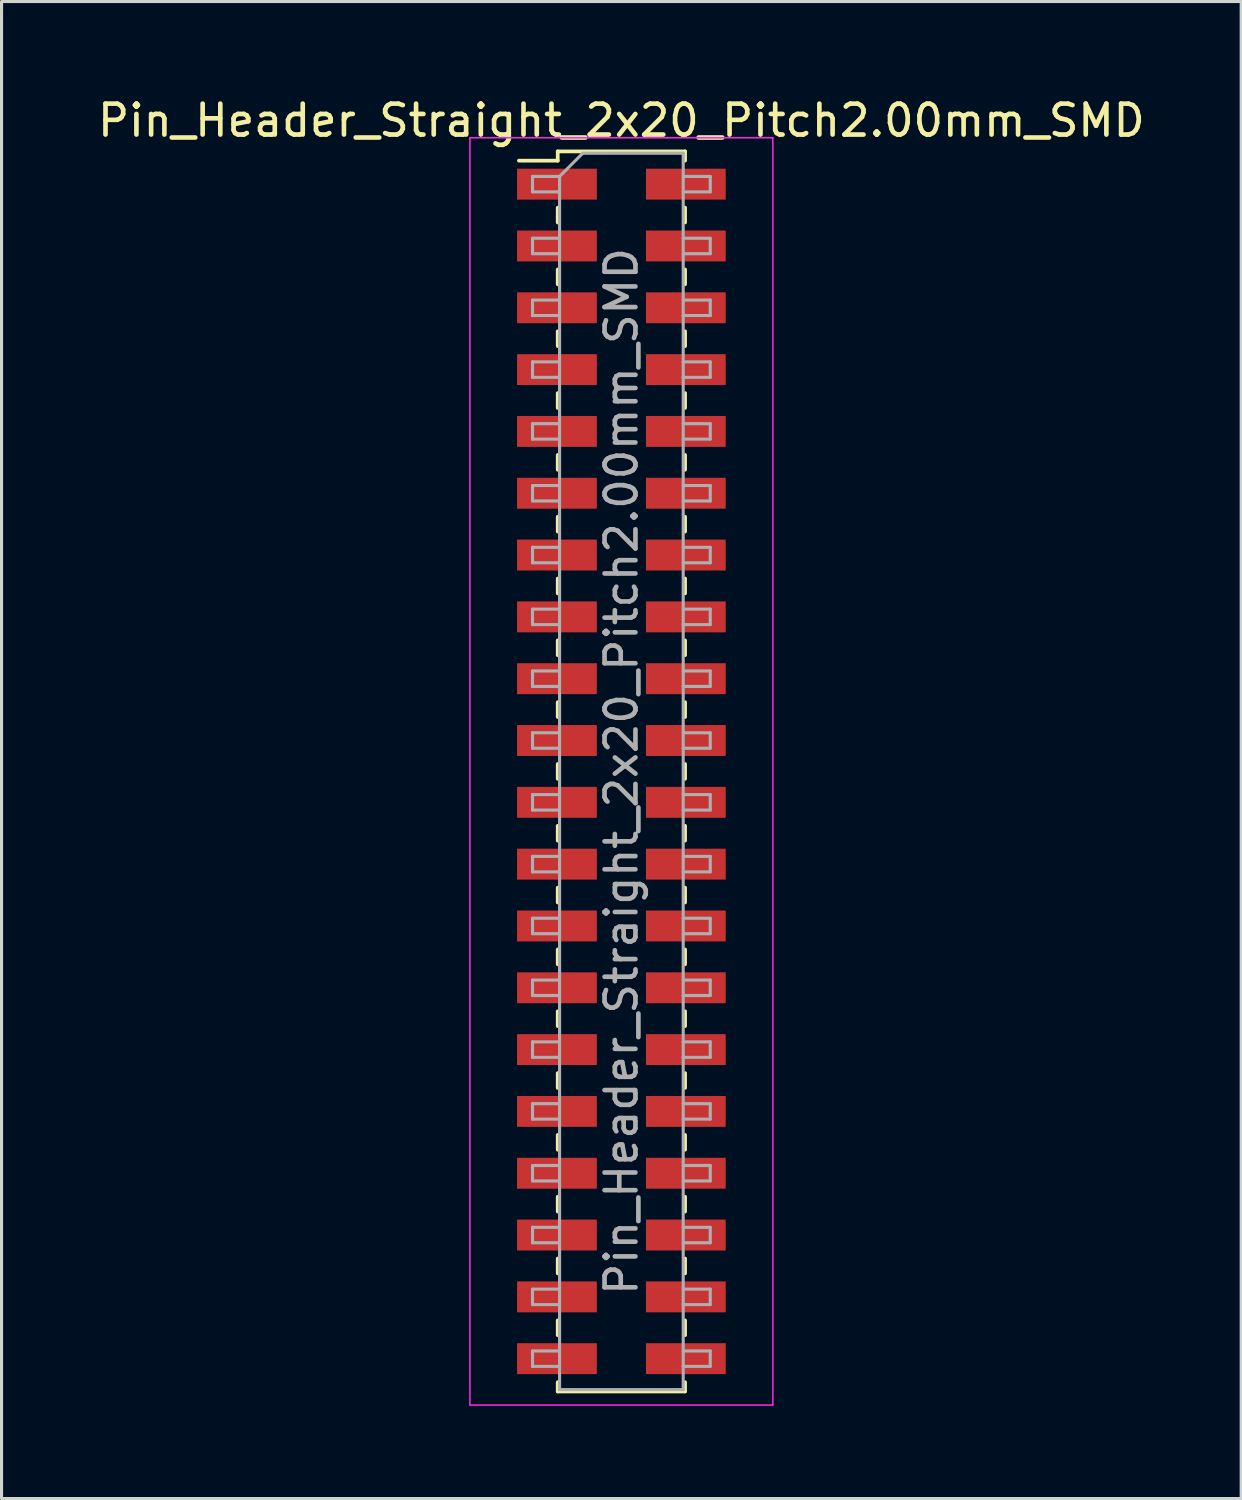
<source format=kicad_pcb>
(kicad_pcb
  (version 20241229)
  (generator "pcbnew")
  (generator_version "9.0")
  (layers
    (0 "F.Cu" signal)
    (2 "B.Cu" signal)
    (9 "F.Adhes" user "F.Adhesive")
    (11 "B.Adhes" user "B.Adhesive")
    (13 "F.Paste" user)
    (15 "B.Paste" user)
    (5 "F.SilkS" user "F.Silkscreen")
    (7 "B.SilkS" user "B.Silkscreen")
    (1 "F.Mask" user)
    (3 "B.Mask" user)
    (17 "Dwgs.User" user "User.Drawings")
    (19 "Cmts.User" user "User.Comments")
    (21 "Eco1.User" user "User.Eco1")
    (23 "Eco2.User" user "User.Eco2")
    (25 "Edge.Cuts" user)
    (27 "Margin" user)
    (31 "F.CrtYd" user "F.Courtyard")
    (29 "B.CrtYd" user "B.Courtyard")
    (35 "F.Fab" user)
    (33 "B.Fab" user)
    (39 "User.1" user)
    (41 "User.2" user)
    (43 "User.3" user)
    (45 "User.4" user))
  (footprint "Pin_Header_Straight_2x20_Pitch2.00mm_SMD"
    (layer "F.Cu")
    (at 17.054 21.908)
    (property "Reference" "Pin_Header_Straight_2x20_Pitch2.00mm_SMD" (at 0 -21.06 0) (layer "F.SilkS") (effects (font (size 1 1) (thickness 0.15))))
    (attr smd)
    (fp_line (start -3.315 -19.76) (end -2.06 -19.76) (stroke (width 0.12) (type solid)) (layer "F.SilkS"))
    (fp_line (start -2.06 -20.06) (end -2.06 -19.76) (stroke (width 0.12) (type solid)) (layer "F.SilkS"))
    (fp_line (start -2.06 -20.06) (end 2.06 -20.06) (stroke (width 0.12) (type solid)) (layer "F.SilkS"))
    (fp_line (start -2.06 -18.24) (end -2.06 -17.76) (stroke (width 0.12) (type solid)) (layer "F.SilkS"))
    (fp_line (start -2.06 -16.24) (end -2.06 -15.76) (stroke (width 0.12) (type solid)) (layer "F.SilkS"))
    (fp_line (start -2.06 -14.24) (end -2.06 -13.76) (stroke (width 0.12) (type solid)) (layer "F.SilkS"))
    (fp_line (start -2.06 -12.24) (end -2.06 -11.76) (stroke (width 0.12) (type solid)) (layer "F.SilkS"))
    (fp_line (start -2.06 -10.24) (end -2.06 -9.76) (stroke (width 0.12) (type solid)) (layer "F.SilkS"))
    (fp_line (start -2.06 -8.24) (end -2.06 -7.76) (stroke (width 0.12) (type solid)) (layer "F.SilkS"))
    (fp_line (start -2.06 -6.24) (end -2.06 -5.76) (stroke (width 0.12) (type solid)) (layer "F.SilkS"))
    (fp_line (start -2.06 -4.24) (end -2.06 -3.76) (stroke (width 0.12) (type solid)) (layer "F.SilkS"))
    (fp_line (start -2.06 -2.24) (end -2.06 -1.76) (stroke (width 0.12) (type solid)) (layer "F.SilkS"))
    (fp_line (start -2.06 -0.24) (end -2.06 0.24) (stroke (width 0.12) (type solid)) (layer "F.SilkS"))
    (fp_line (start -2.06 1.76) (end -2.06 2.24) (stroke (width 0.12) (type solid)) (layer "F.SilkS"))
    (fp_line (start -2.06 3.76) (end -2.06 4.24) (stroke (width 0.12) (type solid)) (layer "F.SilkS"))
    (fp_line (start -2.06 5.76) (end -2.06 6.24) (stroke (width 0.12) (type solid)) (layer "F.SilkS"))
    (fp_line (start -2.06 7.76) (end -2.06 8.24) (stroke (width 0.12) (type solid)) (layer "F.SilkS"))
    (fp_line (start -2.06 9.76) (end -2.06 10.24) (stroke (width 0.12) (type solid)) (layer "F.SilkS"))
    (fp_line (start -2.06 11.76) (end -2.06 12.24) (stroke (width 0.12) (type solid)) (layer "F.SilkS"))
    (fp_line (start -2.06 13.76) (end -2.06 14.24) (stroke (width 0.12) (type solid)) (layer "F.SilkS"))
    (fp_line (start -2.06 15.76) (end -2.06 16.24) (stroke (width 0.12) (type solid)) (layer "F.SilkS"))
    (fp_line (start -2.06 17.76) (end -2.06 18.24) (stroke (width 0.12) (type solid)) (layer "F.SilkS"))
    (fp_line (start -2.06 19.76) (end -2.06 20.06) (stroke (width 0.12) (type solid)) (layer "F.SilkS"))
    (fp_line (start -2.06 20.06) (end 2.06 20.06) (stroke (width 0.12) (type solid)) (layer "F.SilkS"))
    (fp_line (start 2.06 -20.06) (end 2.06 -19.76) (stroke (width 0.12) (type solid)) (layer "F.SilkS"))
    (fp_line (start 2.06 -18.24) (end 2.06 -17.76) (stroke (width 0.12) (type solid)) (layer "F.SilkS"))
    (fp_line (start 2.06 -16.24) (end 2.06 -15.76) (stroke (width 0.12) (type solid)) (layer "F.SilkS"))
    (fp_line (start 2.06 -14.24) (end 2.06 -13.76) (stroke (width 0.12) (type solid)) (layer "F.SilkS"))
    (fp_line (start 2.06 -12.24) (end 2.06 -11.76) (stroke (width 0.12) (type solid)) (layer "F.SilkS"))
    (fp_line (start 2.06 -10.24) (end 2.06 -9.76) (stroke (width 0.12) (type solid)) (layer "F.SilkS"))
    (fp_line (start 2.06 -8.24) (end 2.06 -7.76) (stroke (width 0.12) (type solid)) (layer "F.SilkS"))
    (fp_line (start 2.06 -6.24) (end 2.06 -5.76) (stroke (width 0.12) (type solid)) (layer "F.SilkS"))
    (fp_line (start 2.06 -4.24) (end 2.06 -3.76) (stroke (width 0.12) (type solid)) (layer "F.SilkS"))
    (fp_line (start 2.06 -2.24) (end 2.06 -1.76) (stroke (width 0.12) (type solid)) (layer "F.SilkS"))
    (fp_line (start 2.06 -0.24) (end 2.06 0.24) (stroke (width 0.12) (type solid)) (layer "F.SilkS"))
    (fp_line (start 2.06 1.76) (end 2.06 2.24) (stroke (width 0.12) (type solid)) (layer "F.SilkS"))
    (fp_line (start 2.06 3.76) (end 2.06 4.24) (stroke (width 0.12) (type solid)) (layer "F.SilkS"))
    (fp_line (start 2.06 5.76) (end 2.06 6.24) (stroke (width 0.12) (type solid)) (layer "F.SilkS"))
    (fp_line (start 2.06 7.76) (end 2.06 8.24) (stroke (width 0.12) (type solid)) (layer "F.SilkS"))
    (fp_line (start 2.06 9.76) (end 2.06 10.24) (stroke (width 0.12) (type solid)) (layer "F.SilkS"))
    (fp_line (start 2.06 11.76) (end 2.06 12.24) (stroke (width 0.12) (type solid)) (layer "F.SilkS"))
    (fp_line (start 2.06 13.76) (end 2.06 14.24) (stroke (width 0.12) (type solid)) (layer "F.SilkS"))
    (fp_line (start 2.06 15.76) (end 2.06 16.24) (stroke (width 0.12) (type solid)) (layer "F.SilkS"))
    (fp_line (start 2.06 17.76) (end 2.06 18.24) (stroke (width 0.12) (type solid)) (layer "F.SilkS"))
    (fp_line (start 2.06 19.76) (end 2.06 20.06) (stroke (width 0.12) (type solid)) (layer "F.SilkS"))
    (fp_line (start -4.9 -20.5) (end -4.9 20.5) (stroke (width 0.05) (type solid)) (layer "F.CrtYd"))
    (fp_line (start -4.9 20.5) (end 4.9 20.5) (stroke (width 0.05) (type solid)) (layer "F.CrtYd"))
    (fp_line (start 4.9 -20.5) (end -4.9 -20.5) (stroke (width 0.05) (type solid)) (layer "F.CrtYd"))
    (fp_line (start 4.9 20.5) (end 4.9 -20.5) (stroke (width 0.05) (type solid)) (layer "F.CrtYd"))
    (fp_line (start -2.875 -19.25) (end -2.875 -18.75) (stroke (width 0.1) (type solid)) (layer "F.Fab"))
    (fp_line (start -2.875 -18.75) (end -2 -18.75) (stroke (width 0.1) (type solid)) (layer "F.Fab"))
    (fp_line (start -2.875 -17.25) (end -2.875 -16.75) (stroke (width 0.1) (type solid)) (layer "F.Fab"))
    (fp_line (start -2.875 -16.75) (end -2 -16.75) (stroke (width 0.1) (type solid)) (layer "F.Fab"))
    (fp_line (start -2.875 -15.25) (end -2.875 -14.75) (stroke (width 0.1) (type solid)) (layer "F.Fab"))
    (fp_line (start -2.875 -14.75) (end -2 -14.75) (stroke (width 0.1) (type solid)) (layer "F.Fab"))
    (fp_line (start -2.875 -13.25) (end -2.875 -12.75) (stroke (width 0.1) (type solid)) (layer "F.Fab"))
    (fp_line (start -2.875 -12.75) (end -2 -12.75) (stroke (width 0.1) (type solid)) (layer "F.Fab"))
    (fp_line (start -2.875 -11.25) (end -2.875 -10.75) (stroke (width 0.1) (type solid)) (layer "F.Fab"))
    (fp_line (start -2.875 -10.75) (end -2 -10.75) (stroke (width 0.1) (type solid)) (layer "F.Fab"))
    (fp_line (start -2.875 -9.25) (end -2.875 -8.75) (stroke (width 0.1) (type solid)) (layer "F.Fab"))
    (fp_line (start -2.875 -8.75) (end -2 -8.75) (stroke (width 0.1) (type solid)) (layer "F.Fab"))
    (fp_line (start -2.875 -7.25) (end -2.875 -6.75) (stroke (width 0.1) (type solid)) (layer "F.Fab"))
    (fp_line (start -2.875 -6.75) (end -2 -6.75) (stroke (width 0.1) (type solid)) (layer "F.Fab"))
    (fp_line (start -2.875 -5.25) (end -2.875 -4.75) (stroke (width 0.1) (type solid)) (layer "F.Fab"))
    (fp_line (start -2.875 -4.75) (end -2 -4.75) (stroke (width 0.1) (type solid)) (layer "F.Fab"))
    (fp_line (start -2.875 -3.25) (end -2.875 -2.75) (stroke (width 0.1) (type solid)) (layer "F.Fab"))
    (fp_line (start -2.875 -2.75) (end -2 -2.75) (stroke (width 0.1) (type solid)) (layer "F.Fab"))
    (fp_line (start -2.875 -1.25) (end -2.875 -0.75) (stroke (width 0.1) (type solid)) (layer "F.Fab"))
    (fp_line (start -2.875 -0.75) (end -2 -0.75) (stroke (width 0.1) (type solid)) (layer "F.Fab"))
    (fp_line (start -2.875 0.75) (end -2.875 1.25) (stroke (width 0.1) (type solid)) (layer "F.Fab"))
    (fp_line (start -2.875 1.25) (end -2 1.25) (stroke (width 0.1) (type solid)) (layer "F.Fab"))
    (fp_line (start -2.875 2.75) (end -2.875 3.25) (stroke (width 0.1) (type solid)) (layer "F.Fab"))
    (fp_line (start -2.875 3.25) (end -2 3.25) (stroke (width 0.1) (type solid)) (layer "F.Fab"))
    (fp_line (start -2.875 4.75) (end -2.875 5.25) (stroke (width 0.1) (type solid)) (layer "F.Fab"))
    (fp_line (start -2.875 5.25) (end -2 5.25) (stroke (width 0.1) (type solid)) (layer "F.Fab"))
    (fp_line (start -2.875 6.75) (end -2.875 7.25) (stroke (width 0.1) (type solid)) (layer "F.Fab"))
    (fp_line (start -2.875 7.25) (end -2 7.25) (stroke (width 0.1) (type solid)) (layer "F.Fab"))
    (fp_line (start -2.875 8.75) (end -2.875 9.25) (stroke (width 0.1) (type solid)) (layer "F.Fab"))
    (fp_line (start -2.875 9.25) (end -2 9.25) (stroke (width 0.1) (type solid)) (layer "F.Fab"))
    (fp_line (start -2.875 10.75) (end -2.875 11.25) (stroke (width 0.1) (type solid)) (layer "F.Fab"))
    (fp_line (start -2.875 11.25) (end -2 11.25) (stroke (width 0.1) (type solid)) (layer "F.Fab"))
    (fp_line (start -2.875 12.75) (end -2.875 13.25) (stroke (width 0.1) (type solid)) (layer "F.Fab"))
    (fp_line (start -2.875 13.25) (end -2 13.25) (stroke (width 0.1) (type solid)) (layer "F.Fab"))
    (fp_line (start -2.875 14.75) (end -2.875 15.25) (stroke (width 0.1) (type solid)) (layer "F.Fab"))
    (fp_line (start -2.875 15.25) (end -2 15.25) (stroke (width 0.1) (type solid)) (layer "F.Fab"))
    (fp_line (start -2.875 16.75) (end -2.875 17.25) (stroke (width 0.1) (type solid)) (layer "F.Fab"))
    (fp_line (start -2.875 17.25) (end -2 17.25) (stroke (width 0.1) (type solid)) (layer "F.Fab"))
    (fp_line (start -2.875 18.75) (end -2.875 19.25) (stroke (width 0.1) (type solid)) (layer "F.Fab"))
    (fp_line (start -2.875 19.25) (end -2 19.25) (stroke (width 0.1) (type solid)) (layer "F.Fab"))
    (fp_line (start -2 -19.25) (end -2.875 -19.25) (stroke (width 0.1) (type solid)) (layer "F.Fab"))
    (fp_line (start -2 -19.25) (end -1.25 -20) (stroke (width 0.1) (type solid)) (layer "F.Fab"))
    (fp_line (start -2 -17.25) (end -2.875 -17.25) (stroke (width 0.1) (type solid)) (layer "F.Fab"))
    (fp_line (start -2 -15.25) (end -2.875 -15.25) (stroke (width 0.1) (type solid)) (layer "F.Fab"))
    (fp_line (start -2 -13.25) (end -2.875 -13.25) (stroke (width 0.1) (type solid)) (layer "F.Fab"))
    (fp_line (start -2 -11.25) (end -2.875 -11.25) (stroke (width 0.1) (type solid)) (layer "F.Fab"))
    (fp_line (start -2 -9.25) (end -2.875 -9.25) (stroke (width 0.1) (type solid)) (layer "F.Fab"))
    (fp_line (start -2 -7.25) (end -2.875 -7.25) (stroke (width 0.1) (type solid)) (layer "F.Fab"))
    (fp_line (start -2 -5.25) (end -2.875 -5.25) (stroke (width 0.1) (type solid)) (layer "F.Fab"))
    (fp_line (start -2 -3.25) (end -2.875 -3.25) (stroke (width 0.1) (type solid)) (layer "F.Fab"))
    (fp_line (start -2 -1.25) (end -2.875 -1.25) (stroke (width 0.1) (type solid)) (layer "F.Fab"))
    (fp_line (start -2 0.75) (end -2.875 0.75) (stroke (width 0.1) (type solid)) (layer "F.Fab"))
    (fp_line (start -2 2.75) (end -2.875 2.75) (stroke (width 0.1) (type solid)) (layer "F.Fab"))
    (fp_line (start -2 4.75) (end -2.875 4.75) (stroke (width 0.1) (type solid)) (layer "F.Fab"))
    (fp_line (start -2 6.75) (end -2.875 6.75) (stroke (width 0.1) (type solid)) (layer "F.Fab"))
    (fp_line (start -2 8.75) (end -2.875 8.75) (stroke (width 0.1) (type solid)) (layer "F.Fab"))
    (fp_line (start -2 10.75) (end -2.875 10.75) (stroke (width 0.1) (type solid)) (layer "F.Fab"))
    (fp_line (start -2 12.75) (end -2.875 12.75) (stroke (width 0.1) (type solid)) (layer "F.Fab"))
    (fp_line (start -2 14.75) (end -2.875 14.75) (stroke (width 0.1) (type solid)) (layer "F.Fab"))
    (fp_line (start -2 16.75) (end -2.875 16.75) (stroke (width 0.1) (type solid)) (layer "F.Fab"))
    (fp_line (start -2 18.75) (end -2.875 18.75) (stroke (width 0.1) (type solid)) (layer "F.Fab"))
    (fp_line (start -2 20) (end -2 -19.25) (stroke (width 0.1) (type solid)) (layer "F.Fab"))
    (fp_line (start -1.25 -20) (end 2 -20) (stroke (width 0.1) (type solid)) (layer "F.Fab"))
    (fp_line (start 2 -20) (end 2 20) (stroke (width 0.1) (type solid)) (layer "F.Fab"))
    (fp_line (start 2 -19.25) (end 2.875 -19.25) (stroke (width 0.1) (type solid)) (layer "F.Fab"))
    (fp_line (start 2 -17.25) (end 2.875 -17.25) (stroke (width 0.1) (type solid)) (layer "F.Fab"))
    (fp_line (start 2 -15.25) (end 2.875 -15.25) (stroke (width 0.1) (type solid)) (layer "F.Fab"))
    (fp_line (start 2 -13.25) (end 2.875 -13.25) (stroke (width 0.1) (type solid)) (layer "F.Fab"))
    (fp_line (start 2 -11.25) (end 2.875 -11.25) (stroke (width 0.1) (type solid)) (layer "F.Fab"))
    (fp_line (start 2 -9.25) (end 2.875 -9.25) (stroke (width 0.1) (type solid)) (layer "F.Fab"))
    (fp_line (start 2 -7.25) (end 2.875 -7.25) (stroke (width 0.1) (type solid)) (layer "F.Fab"))
    (fp_line (start 2 -5.25) (end 2.875 -5.25) (stroke (width 0.1) (type solid)) (layer "F.Fab"))
    (fp_line (start 2 -3.25) (end 2.875 -3.25) (stroke (width 0.1) (type solid)) (layer "F.Fab"))
    (fp_line (start 2 -1.25) (end 2.875 -1.25) (stroke (width 0.1) (type solid)) (layer "F.Fab"))
    (fp_line (start 2 0.75) (end 2.875 0.75) (stroke (width 0.1) (type solid)) (layer "F.Fab"))
    (fp_line (start 2 2.75) (end 2.875 2.75) (stroke (width 0.1) (type solid)) (layer "F.Fab"))
    (fp_line (start 2 4.75) (end 2.875 4.75) (stroke (width 0.1) (type solid)) (layer "F.Fab"))
    (fp_line (start 2 6.75) (end 2.875 6.75) (stroke (width 0.1) (type solid)) (layer "F.Fab"))
    (fp_line (start 2 8.75) (end 2.875 8.75) (stroke (width 0.1) (type solid)) (layer "F.Fab"))
    (fp_line (start 2 10.75) (end 2.875 10.75) (stroke (width 0.1) (type solid)) (layer "F.Fab"))
    (fp_line (start 2 12.75) (end 2.875 12.75) (stroke (width 0.1) (type solid)) (layer "F.Fab"))
    (fp_line (start 2 14.75) (end 2.875 14.75) (stroke (width 0.1) (type solid)) (layer "F.Fab"))
    (fp_line (start 2 16.75) (end 2.875 16.75) (stroke (width 0.1) (type solid)) (layer "F.Fab"))
    (fp_line (start 2 18.75) (end 2.875 18.75) (stroke (width 0.1) (type solid)) (layer "F.Fab"))
    (fp_line (start 2 20) (end -2 20) (stroke (width 0.1) (type solid)) (layer "F.Fab"))
    (fp_line (start 2.875 -19.25) (end 2.875 -18.75) (stroke (width 0.1) (type solid)) (layer "F.Fab"))
    (fp_line (start 2.875 -18.75) (end 2 -18.75) (stroke (width 0.1) (type solid)) (layer "F.Fab"))
    (fp_line (start 2.875 -17.25) (end 2.875 -16.75) (stroke (width 0.1) (type solid)) (layer "F.Fab"))
    (fp_line (start 2.875 -16.75) (end 2 -16.75) (stroke (width 0.1) (type solid)) (layer "F.Fab"))
    (fp_line (start 2.875 -15.25) (end 2.875 -14.75) (stroke (width 0.1) (type solid)) (layer "F.Fab"))
    (fp_line (start 2.875 -14.75) (end 2 -14.75) (stroke (width 0.1) (type solid)) (layer "F.Fab"))
    (fp_line (start 2.875 -13.25) (end 2.875 -12.75) (stroke (width 0.1) (type solid)) (layer "F.Fab"))
    (fp_line (start 2.875 -12.75) (end 2 -12.75) (stroke (width 0.1) (type solid)) (layer "F.Fab"))
    (fp_line (start 2.875 -11.25) (end 2.875 -10.75) (stroke (width 0.1) (type solid)) (layer "F.Fab"))
    (fp_line (start 2.875 -10.75) (end 2 -10.75) (stroke (width 0.1) (type solid)) (layer "F.Fab"))
    (fp_line (start 2.875 -9.25) (end 2.875 -8.75) (stroke (width 0.1) (type solid)) (layer "F.Fab"))
    (fp_line (start 2.875 -8.75) (end 2 -8.75) (stroke (width 0.1) (type solid)) (layer "F.Fab"))
    (fp_line (start 2.875 -7.25) (end 2.875 -6.75) (stroke (width 0.1) (type solid)) (layer "F.Fab"))
    (fp_line (start 2.875 -6.75) (end 2 -6.75) (stroke (width 0.1) (type solid)) (layer "F.Fab"))
    (fp_line (start 2.875 -5.25) (end 2.875 -4.75) (stroke (width 0.1) (type solid)) (layer "F.Fab"))
    (fp_line (start 2.875 -4.75) (end 2 -4.75) (stroke (width 0.1) (type solid)) (layer "F.Fab"))
    (fp_line (start 2.875 -3.25) (end 2.875 -2.75) (stroke (width 0.1) (type solid)) (layer "F.Fab"))
    (fp_line (start 2.875 -2.75) (end 2 -2.75) (stroke (width 0.1) (type solid)) (layer "F.Fab"))
    (fp_line (start 2.875 -1.25) (end 2.875 -0.75) (stroke (width 0.1) (type solid)) (layer "F.Fab"))
    (fp_line (start 2.875 -0.75) (end 2 -0.75) (stroke (width 0.1) (type solid)) (layer "F.Fab"))
    (fp_line (start 2.875 0.75) (end 2.875 1.25) (stroke (width 0.1) (type solid)) (layer "F.Fab"))
    (fp_line (start 2.875 1.25) (end 2 1.25) (stroke (width 0.1) (type solid)) (layer "F.Fab"))
    (fp_line (start 2.875 2.75) (end 2.875 3.25) (stroke (width 0.1) (type solid)) (layer "F.Fab"))
    (fp_line (start 2.875 3.25) (end 2 3.25) (stroke (width 0.1) (type solid)) (layer "F.Fab"))
    (fp_line (start 2.875 4.75) (end 2.875 5.25) (stroke (width 0.1) (type solid)) (layer "F.Fab"))
    (fp_line (start 2.875 5.25) (end 2 5.25) (stroke (width 0.1) (type solid)) (layer "F.Fab"))
    (fp_line (start 2.875 6.75) (end 2.875 7.25) (stroke (width 0.1) (type solid)) (layer "F.Fab"))
    (fp_line (start 2.875 7.25) (end 2 7.25) (stroke (width 0.1) (type solid)) (layer "F.Fab"))
    (fp_line (start 2.875 8.75) (end 2.875 9.25) (stroke (width 0.1) (type solid)) (layer "F.Fab"))
    (fp_line (start 2.875 9.25) (end 2 9.25) (stroke (width 0.1) (type solid)) (layer "F.Fab"))
    (fp_line (start 2.875 10.75) (end 2.875 11.25) (stroke (width 0.1) (type solid)) (layer "F.Fab"))
    (fp_line (start 2.875 11.25) (end 2 11.25) (stroke (width 0.1) (type solid)) (layer "F.Fab"))
    (fp_line (start 2.875 12.75) (end 2.875 13.25) (stroke (width 0.1) (type solid)) (layer "F.Fab"))
    (fp_line (start 2.875 13.25) (end 2 13.25) (stroke (width 0.1) (type solid)) (layer "F.Fab"))
    (fp_line (start 2.875 14.75) (end 2.875 15.25) (stroke (width 0.1) (type solid)) (layer "F.Fab"))
    (fp_line (start 2.875 15.25) (end 2 15.25) (stroke (width 0.1) (type solid)) (layer "F.Fab"))
    (fp_line (start 2.875 16.75) (end 2.875 17.25) (stroke (width 0.1) (type solid)) (layer "F.Fab"))
    (fp_line (start 2.875 17.25) (end 2 17.25) (stroke (width 0.1) (type solid)) (layer "F.Fab"))
    (fp_line (start 2.875 18.75) (end 2.875 19.25) (stroke (width 0.1) (type solid)) (layer "F.Fab"))
    (fp_line (start 2.875 19.25) (end 2 19.25) (stroke (width 0.1) (type solid)) (layer "F.Fab"))
    (fp_text user "${REFERENCE}" (at 0 0 90) (layer "F.Fab") (effects (font (size 1 1) (thickness 0.15))))
    (pad "1" smd rect (at -2.085 -19) (size 2.58 1) (layers "F.Cu" "F.Mask" "F.Paste"))
    (pad "2" smd rect (at 2.085 -19) (size 2.58 1) (layers "F.Cu" "F.Mask" "F.Paste"))
    (pad "3" smd rect (at -2.085 -17) (size 2.58 1) (layers "F.Cu" "F.Mask" "F.Paste"))
    (pad "4" smd rect (at 2.085 -17) (size 2.58 1) (layers "F.Cu" "F.Mask" "F.Paste"))
    (pad "5" smd rect (at -2.085 -15) (size 2.58 1) (layers "F.Cu" "F.Mask" "F.Paste"))
    (pad "6" smd rect (at 2.085 -15) (size 2.58 1) (layers "F.Cu" "F.Mask" "F.Paste"))
    (pad "7" smd rect (at -2.085 -13) (size 2.58 1) (layers "F.Cu" "F.Mask" "F.Paste"))
    (pad "8" smd rect (at 2.085 -13) (size 2.58 1) (layers "F.Cu" "F.Mask" "F.Paste"))
    (pad "9" smd rect (at -2.085 -11) (size 2.58 1) (layers "F.Cu" "F.Mask" "F.Paste"))
    (pad "10" smd rect (at 2.085 -11) (size 2.58 1) (layers "F.Cu" "F.Mask" "F.Paste"))
    (pad "11" smd rect (at -2.085 -9) (size 2.58 1) (layers "F.Cu" "F.Mask" "F.Paste"))
    (pad "12" smd rect (at 2.085 -9) (size 2.58 1) (layers "F.Cu" "F.Mask" "F.Paste"))
    (pad "13" smd rect (at -2.085 -7) (size 2.58 1) (layers "F.Cu" "F.Mask" "F.Paste"))
    (pad "14" smd rect (at 2.085 -7) (size 2.58 1) (layers "F.Cu" "F.Mask" "F.Paste"))
    (pad "15" smd rect (at -2.085 -5) (size 2.58 1) (layers "F.Cu" "F.Mask" "F.Paste"))
    (pad "16" smd rect (at 2.085 -5) (size 2.58 1) (layers "F.Cu" "F.Mask" "F.Paste"))
    (pad "17" smd rect (at -2.085 -3) (size 2.58 1) (layers "F.Cu" "F.Mask" "F.Paste"))
    (pad "18" smd rect (at 2.085 -3) (size 2.58 1) (layers "F.Cu" "F.Mask" "F.Paste"))
    (pad "19" smd rect (at -2.085 -1) (size 2.58 1) (layers "F.Cu" "F.Mask" "F.Paste"))
    (pad "20" smd rect (at 2.085 -1) (size 2.58 1) (layers "F.Cu" "F.Mask" "F.Paste"))
    (pad "21" smd rect (at -2.085 1) (size 2.58 1) (layers "F.Cu" "F.Mask" "F.Paste"))
    (pad "22" smd rect (at 2.085 1) (size 2.58 1) (layers "F.Cu" "F.Mask" "F.Paste"))
    (pad "23" smd rect (at -2.085 3) (size 2.58 1) (layers "F.Cu" "F.Mask" "F.Paste"))
    (pad "24" smd rect (at 2.085 3) (size 2.58 1) (layers "F.Cu" "F.Mask" "F.Paste"))
    (pad "25" smd rect (at -2.085 5) (size 2.58 1) (layers "F.Cu" "F.Mask" "F.Paste"))
    (pad "26" smd rect (at 2.085 5) (size 2.58 1) (layers "F.Cu" "F.Mask" "F.Paste"))
    (pad "27" smd rect (at -2.085 7) (size 2.58 1) (layers "F.Cu" "F.Mask" "F.Paste"))
    (pad "28" smd rect (at 2.085 7) (size 2.58 1) (layers "F.Cu" "F.Mask" "F.Paste"))
    (pad "29" smd rect (at -2.085 9) (size 2.58 1) (layers "F.Cu" "F.Mask" "F.Paste"))
    (pad "30" smd rect (at 2.085 9) (size 2.58 1) (layers "F.Cu" "F.Mask" "F.Paste"))
    (pad "31" smd rect (at -2.085 11) (size 2.58 1) (layers "F.Cu" "F.Mask" "F.Paste"))
    (pad "32" smd rect (at 2.085 11) (size 2.58 1) (layers "F.Cu" "F.Mask" "F.Paste"))
    (pad "33" smd rect (at -2.085 13) (size 2.58 1) (layers "F.Cu" "F.Mask" "F.Paste"))
    (pad "34" smd rect (at 2.085 13) (size 2.58 1) (layers "F.Cu" "F.Mask" "F.Paste"))
    (pad "35" smd rect (at -2.085 15) (size 2.58 1) (layers "F.Cu" "F.Mask" "F.Paste"))
    (pad "36" smd rect (at 2.085 15) (size 2.58 1) (layers "F.Cu" "F.Mask" "F.Paste"))
    (pad "37" smd rect (at -2.085 17) (size 2.58 1) (layers "F.Cu" "F.Mask" "F.Paste"))
    (pad "38" smd rect (at 2.085 17) (size 2.58 1) (layers "F.Cu" "F.Mask" "F.Paste"))
    (pad "39" smd rect (at -2.085 19) (size 2.58 1) (layers "F.Cu" "F.Mask" "F.Paste"))
    (pad "40" smd rect (at 2.085 19) (size 2.58 1) (layers "F.Cu" "F.Mask" "F.Paste")))
  (gr_rect
    (start -3 -3)
    (end 37.107 45.433)
    (stroke (width 0.1) (type default))
    (fill no)
    (layer "Edge.Cuts")))
</source>
